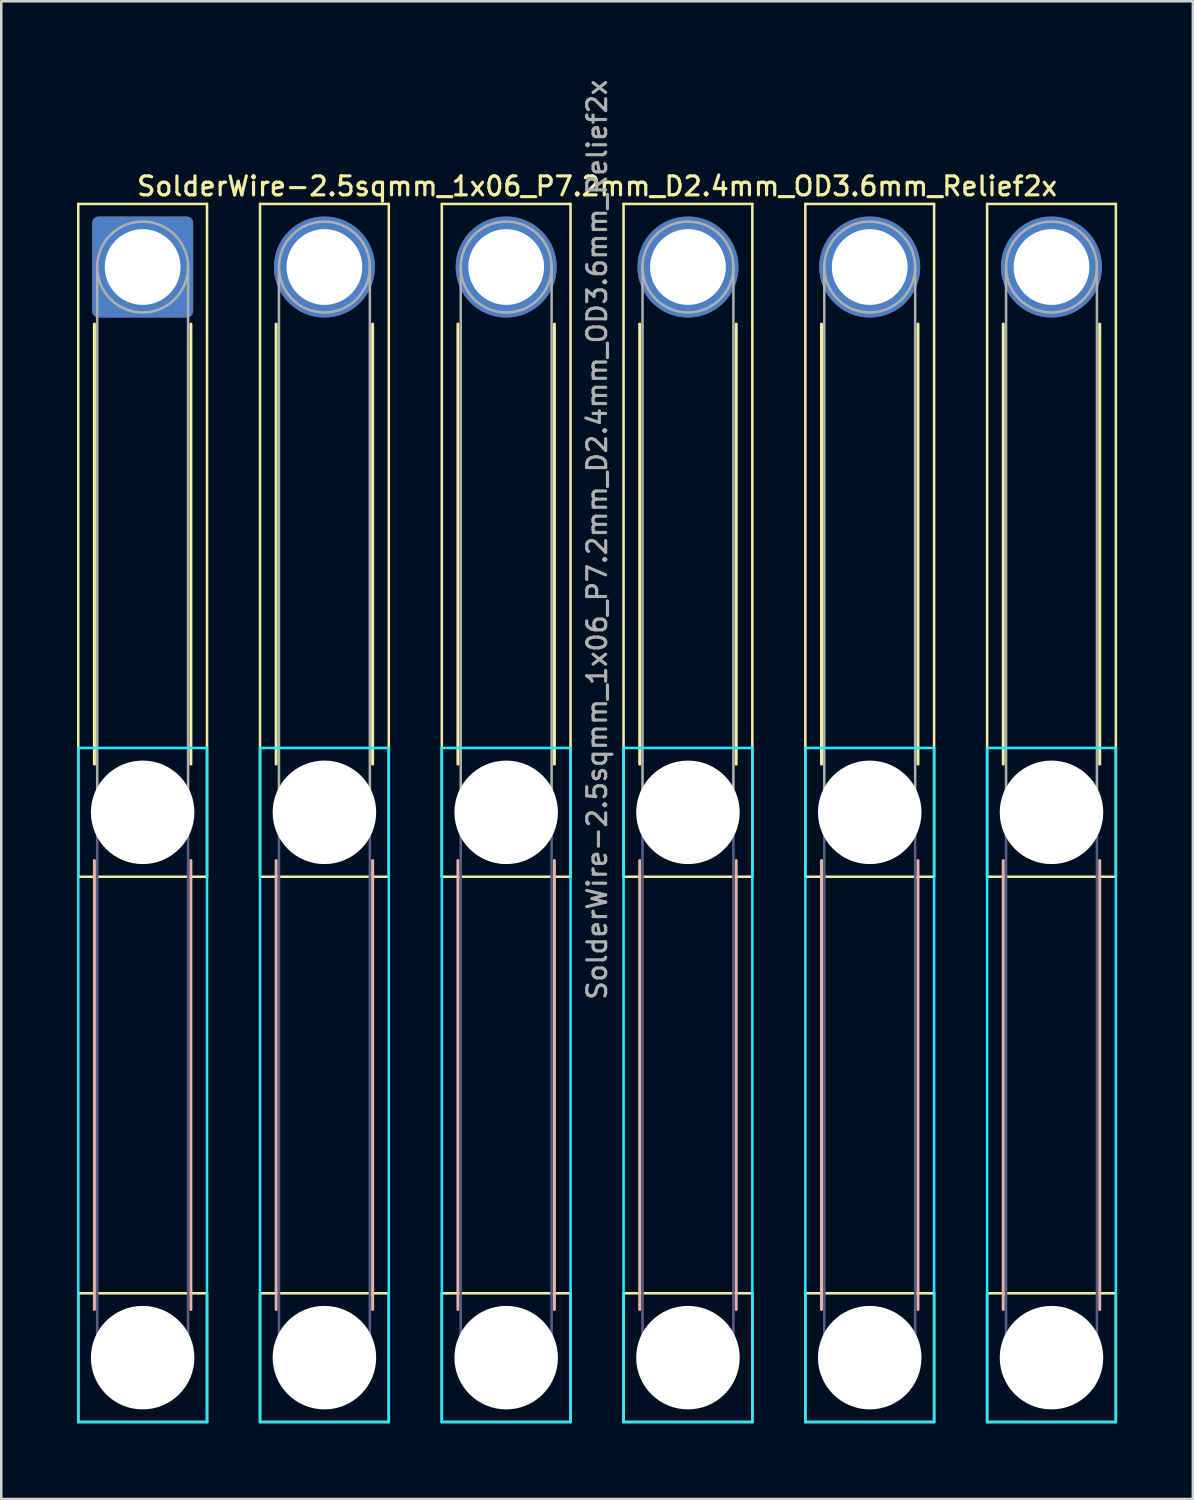
<source format=kicad_pcb>
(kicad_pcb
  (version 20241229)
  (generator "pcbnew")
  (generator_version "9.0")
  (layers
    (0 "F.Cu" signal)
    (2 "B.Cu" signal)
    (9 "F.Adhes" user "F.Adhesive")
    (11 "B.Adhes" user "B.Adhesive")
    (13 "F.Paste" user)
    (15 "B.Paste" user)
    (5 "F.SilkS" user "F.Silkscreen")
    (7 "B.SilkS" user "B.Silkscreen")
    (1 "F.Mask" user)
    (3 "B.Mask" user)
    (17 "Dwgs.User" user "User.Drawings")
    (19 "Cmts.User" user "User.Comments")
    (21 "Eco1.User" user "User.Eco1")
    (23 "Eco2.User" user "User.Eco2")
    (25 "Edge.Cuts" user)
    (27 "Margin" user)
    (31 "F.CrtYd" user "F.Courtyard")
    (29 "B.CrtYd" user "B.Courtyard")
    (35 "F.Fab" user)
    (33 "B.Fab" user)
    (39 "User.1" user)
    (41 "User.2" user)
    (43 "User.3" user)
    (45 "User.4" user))
  (footprint "SolderWire-2.5sqmm_1x06_P7.2mm_D2.4mm_OD3.6mm_Relief2x"
    (layer "F.Cu")
    (at 2.6 7.527)
    (property "Reference" "SolderWire-2.5sqmm_1x06_P7.2mm_D2.4mm_OD3.6mm_Relief2x" (at 18 -3.2 0) (layer "F.SilkS") (effects (font (size 0.75 0.75) (thickness 0.125))))
    (attr exclude_from_pos_files exclude_from_bom)
    (fp_line (start -2.55 -2.5) (end -2.55 24.15) (stroke (width 0.1) (type solid)) (layer "F.SilkS"))
    (fp_line (start -2.55 24.15) (end 2.55 24.15) (stroke (width 0.1) (type solid)) (layer "F.SilkS"))
    (fp_line (start -2.55 40.65) (end -2.55 45.75) (stroke (width 0.1) (type solid)) (layer "F.SilkS"))
    (fp_line (start -2.55 45.75) (end 2.55 45.75) (stroke (width 0.1) (type solid)) (layer "F.SilkS"))
    (fp_line (start -1.91 2.26) (end -1.91 19.69) (stroke (width 0.12) (type solid)) (layer "F.SilkS"))
    (fp_line (start 1.91 2.26) (end 1.91 19.69) (stroke (width 0.12) (type solid)) (layer "F.SilkS"))
    (fp_line (start 2.55 -2.5) (end -2.55 -2.5) (stroke (width 0.1) (type solid)) (layer "F.SilkS"))
    (fp_line (start 2.55 24.15) (end 2.55 -2.5) (stroke (width 0.1) (type solid)) (layer "F.SilkS"))
    (fp_line (start 2.55 40.65) (end -2.55 40.65) (stroke (width 0.1) (type solid)) (layer "F.SilkS"))
    (fp_line (start 2.55 45.75) (end 2.55 40.65) (stroke (width 0.1) (type solid)) (layer "F.SilkS"))
    (fp_line (start 4.65 -2.5) (end 4.65 24.15) (stroke (width 0.1) (type solid)) (layer "F.SilkS"))
    (fp_line (start 4.65 24.15) (end 9.75 24.15) (stroke (width 0.1) (type solid)) (layer "F.SilkS"))
    (fp_line (start 4.65 40.65) (end 4.65 45.75) (stroke (width 0.1) (type solid)) (layer "F.SilkS"))
    (fp_line (start 4.65 45.75) (end 9.75 45.75) (stroke (width 0.1) (type solid)) (layer "F.SilkS"))
    (fp_line (start 5.29 2.26) (end 5.29 19.69) (stroke (width 0.12) (type solid)) (layer "F.SilkS"))
    (fp_line (start 9.11 2.26) (end 9.11 19.69) (stroke (width 0.12) (type solid)) (layer "F.SilkS"))
    (fp_line (start 9.75 -2.5) (end 4.65 -2.5) (stroke (width 0.1) (type solid)) (layer "F.SilkS"))
    (fp_line (start 9.75 24.15) (end 9.75 -2.5) (stroke (width 0.1) (type solid)) (layer "F.SilkS"))
    (fp_line (start 9.75 40.65) (end 4.65 40.65) (stroke (width 0.1) (type solid)) (layer "F.SilkS"))
    (fp_line (start 9.75 45.75) (end 9.75 40.65) (stroke (width 0.1) (type solid)) (layer "F.SilkS"))
    (fp_line (start 11.85 -2.5) (end 11.85 24.15) (stroke (width 0.1) (type solid)) (layer "F.SilkS"))
    (fp_line (start 11.85 24.15) (end 16.95 24.15) (stroke (width 0.1) (type solid)) (layer "F.SilkS"))
    (fp_line (start 11.85 40.65) (end 11.85 45.75) (stroke (width 0.1) (type solid)) (layer "F.SilkS"))
    (fp_line (start 11.85 45.75) (end 16.95 45.75) (stroke (width 0.1) (type solid)) (layer "F.SilkS"))
    (fp_line (start 12.49 2.26) (end 12.49 19.69) (stroke (width 0.12) (type solid)) (layer "F.SilkS"))
    (fp_line (start 16.31 2.26) (end 16.31 19.69) (stroke (width 0.12) (type solid)) (layer "F.SilkS"))
    (fp_line (start 16.95 -2.5) (end 11.85 -2.5) (stroke (width 0.1) (type solid)) (layer "F.SilkS"))
    (fp_line (start 16.95 24.15) (end 16.95 -2.5) (stroke (width 0.1) (type solid)) (layer "F.SilkS"))
    (fp_line (start 16.95 40.65) (end 11.85 40.65) (stroke (width 0.1) (type solid)) (layer "F.SilkS"))
    (fp_line (start 16.95 45.75) (end 16.95 40.65) (stroke (width 0.1) (type solid)) (layer "F.SilkS"))
    (fp_line (start 19.05 -2.5) (end 19.05 24.15) (stroke (width 0.1) (type solid)) (layer "F.SilkS"))
    (fp_line (start 19.05 24.15) (end 24.15 24.15) (stroke (width 0.1) (type solid)) (layer "F.SilkS"))
    (fp_line (start 19.05 40.65) (end 19.05 45.75) (stroke (width 0.1) (type solid)) (layer "F.SilkS"))
    (fp_line (start 19.05 45.75) (end 24.15 45.75) (stroke (width 0.1) (type solid)) (layer "F.SilkS"))
    (fp_line (start 19.69 2.26) (end 19.69 19.69) (stroke (width 0.12) (type solid)) (layer "F.SilkS"))
    (fp_line (start 23.51 2.26) (end 23.51 19.69) (stroke (width 0.12) (type solid)) (layer "F.SilkS"))
    (fp_line (start 24.15 -2.5) (end 19.05 -2.5) (stroke (width 0.1) (type solid)) (layer "F.SilkS"))
    (fp_line (start 24.15 24.15) (end 24.15 -2.5) (stroke (width 0.1) (type solid)) (layer "F.SilkS"))
    (fp_line (start 24.15 40.65) (end 19.05 40.65) (stroke (width 0.1) (type solid)) (layer "F.SilkS"))
    (fp_line (start 24.15 45.75) (end 24.15 40.65) (stroke (width 0.1) (type solid)) (layer "F.SilkS"))
    (fp_line (start 26.25 -2.5) (end 26.25 24.15) (stroke (width 0.1) (type solid)) (layer "F.SilkS"))
    (fp_line (start 26.25 24.15) (end 31.35 24.15) (stroke (width 0.1) (type solid)) (layer "F.SilkS"))
    (fp_line (start 26.25 40.65) (end 26.25 45.75) (stroke (width 0.1) (type solid)) (layer "F.SilkS"))
    (fp_line (start 26.25 45.75) (end 31.35 45.75) (stroke (width 0.1) (type solid)) (layer "F.SilkS"))
    (fp_line (start 26.89 2.26) (end 26.89 19.69) (stroke (width 0.12) (type solid)) (layer "F.SilkS"))
    (fp_line (start 30.71 2.26) (end 30.71 19.69) (stroke (width 0.12) (type solid)) (layer "F.SilkS"))
    (fp_line (start 31.35 -2.5) (end 26.25 -2.5) (stroke (width 0.1) (type solid)) (layer "F.SilkS"))
    (fp_line (start 31.35 24.15) (end 31.35 -2.5) (stroke (width 0.1) (type solid)) (layer "F.SilkS"))
    (fp_line (start 31.35 40.65) (end 26.25 40.65) (stroke (width 0.1) (type solid)) (layer "F.SilkS"))
    (fp_line (start 31.35 45.75) (end 31.35 40.65) (stroke (width 0.1) (type solid)) (layer "F.SilkS"))
    (fp_line (start 33.45 -2.5) (end 33.45 24.15) (stroke (width 0.1) (type solid)) (layer "F.SilkS"))
    (fp_line (start 33.45 24.15) (end 38.55 24.15) (stroke (width 0.1) (type solid)) (layer "F.SilkS"))
    (fp_line (start 33.45 40.65) (end 33.45 45.75) (stroke (width 0.1) (type solid)) (layer "F.SilkS"))
    (fp_line (start 33.45 45.75) (end 38.55 45.75) (stroke (width 0.1) (type solid)) (layer "F.SilkS"))
    (fp_line (start 34.09 2.26) (end 34.09 19.69) (stroke (width 0.12) (type solid)) (layer "F.SilkS"))
    (fp_line (start 37.91 2.26) (end 37.91 19.69) (stroke (width 0.12) (type solid)) (layer "F.SilkS"))
    (fp_line (start 38.55 -2.5) (end 33.45 -2.5) (stroke (width 0.1) (type solid)) (layer "F.SilkS"))
    (fp_line (start 38.55 24.15) (end 38.55 -2.5) (stroke (width 0.1) (type solid)) (layer "F.SilkS"))
    (fp_line (start 38.55 40.65) (end 33.45 40.65) (stroke (width 0.1) (type solid)) (layer "F.SilkS"))
    (fp_line (start 38.55 45.75) (end 38.55 40.65) (stroke (width 0.1) (type solid)) (layer "F.SilkS"))
    (fp_line (start -1.91 23.51) (end -1.91 41.29) (stroke (width 0.12) (type solid)) (layer "B.SilkS"))
    (fp_line (start 1.91 23.51) (end 1.91 41.29) (stroke (width 0.12) (type solid)) (layer "B.SilkS"))
    (fp_line (start 5.29 23.51) (end 5.29 41.29) (stroke (width 0.12) (type solid)) (layer "B.SilkS"))
    (fp_line (start 9.11 23.51) (end 9.11 41.29) (stroke (width 0.12) (type solid)) (layer "B.SilkS"))
    (fp_line (start 12.49 23.51) (end 12.49 41.29) (stroke (width 0.12) (type solid)) (layer "B.SilkS"))
    (fp_line (start 16.31 23.51) (end 16.31 41.29) (stroke (width 0.12) (type solid)) (layer "B.SilkS"))
    (fp_line (start 19.69 23.51) (end 19.69 41.29) (stroke (width 0.12) (type solid)) (layer "B.SilkS"))
    (fp_line (start 23.51 23.51) (end 23.51 41.29) (stroke (width 0.12) (type solid)) (layer "B.SilkS"))
    (fp_line (start 26.89 23.51) (end 26.89 41.29) (stroke (width 0.12) (type solid)) (layer "B.SilkS"))
    (fp_line (start 30.71 23.51) (end 30.71 41.29) (stroke (width 0.12) (type solid)) (layer "B.SilkS"))
    (fp_line (start 34.09 23.51) (end 34.09 41.29) (stroke (width 0.12) (type solid)) (layer "B.SilkS"))
    (fp_line (start 37.91 23.51) (end 37.91 41.29) (stroke (width 0.12) (type solid)) (layer "B.SilkS"))
    (fp_line (start -2.55 19.05) (end -2.55 45.75) (stroke (width 0.1) (type solid)) (layer "B.CrtYd"))
    (fp_line (start -2.55 45.75) (end 2.55 45.75) (stroke (width 0.1) (type solid)) (layer "B.CrtYd"))
    (fp_line (start 2.55 19.05) (end -2.55 19.05) (stroke (width 0.1) (type solid)) (layer "B.CrtYd"))
    (fp_line (start 2.55 45.75) (end 2.55 19.05) (stroke (width 0.1) (type solid)) (layer "B.CrtYd"))
    (fp_line (start 4.65 19.05) (end 4.65 45.75) (stroke (width 0.1) (type solid)) (layer "B.CrtYd"))
    (fp_line (start 4.65 45.75) (end 9.75 45.75) (stroke (width 0.1) (type solid)) (layer "B.CrtYd"))
    (fp_line (start 9.75 19.05) (end 4.65 19.05) (stroke (width 0.1) (type solid)) (layer "B.CrtYd"))
    (fp_line (start 9.75 45.75) (end 9.75 19.05) (stroke (width 0.1) (type solid)) (layer "B.CrtYd"))
    (fp_line (start 11.85 19.05) (end 11.85 45.75) (stroke (width 0.1) (type solid)) (layer "B.CrtYd"))
    (fp_line (start 11.85 45.75) (end 16.95 45.75) (stroke (width 0.1) (type solid)) (layer "B.CrtYd"))
    (fp_line (start 16.95 19.05) (end 11.85 19.05) (stroke (width 0.1) (type solid)) (layer "B.CrtYd"))
    (fp_line (start 16.95 45.75) (end 16.95 19.05) (stroke (width 0.1) (type solid)) (layer "B.CrtYd"))
    (fp_line (start 19.05 19.05) (end 19.05 45.75) (stroke (width 0.1) (type solid)) (layer "B.CrtYd"))
    (fp_line (start 19.05 45.75) (end 24.15 45.75) (stroke (width 0.1) (type solid)) (layer "B.CrtYd"))
    (fp_line (start 24.15 19.05) (end 19.05 19.05) (stroke (width 0.1) (type solid)) (layer "B.CrtYd"))
    (fp_line (start 24.15 45.75) (end 24.15 19.05) (stroke (width 0.1) (type solid)) (layer "B.CrtYd"))
    (fp_line (start 26.25 19.05) (end 26.25 45.75) (stroke (width 0.1) (type solid)) (layer "B.CrtYd"))
    (fp_line (start 26.25 45.75) (end 31.35 45.75) (stroke (width 0.1) (type solid)) (layer "B.CrtYd"))
    (fp_line (start 31.35 19.05) (end 26.25 19.05) (stroke (width 0.1) (type solid)) (layer "B.CrtYd"))
    (fp_line (start 31.35 45.75) (end 31.35 19.05) (stroke (width 0.1) (type solid)) (layer "B.CrtYd"))
    (fp_line (start 33.45 19.05) (end 33.45 45.75) (stroke (width 0.1) (type solid)) (layer "B.CrtYd"))
    (fp_line (start 33.45 45.75) (end 38.55 45.75) (stroke (width 0.1) (type solid)) (layer "B.CrtYd"))
    (fp_line (start 38.55 19.05) (end 33.45 19.05) (stroke (width 0.1) (type solid)) (layer "B.CrtYd"))
    (fp_line (start 38.55 45.75) (end 38.55 19.05) (stroke (width 0.1) (type solid)) (layer "B.CrtYd"))
    (fp_line (start -1.8 21.6) (end -1.8 43.2) (stroke (width 0.1) (type solid)) (layer "B.Fab"))
    (fp_line (start 1.8 21.6) (end 1.8 43.2) (stroke (width 0.1) (type solid)) (layer "B.Fab"))
    (fp_line (start 5.4 21.6) (end 5.4 43.2) (stroke (width 0.1) (type solid)) (layer "B.Fab"))
    (fp_line (start 9 21.6) (end 9 43.2) (stroke (width 0.1) (type solid)) (layer "B.Fab"))
    (fp_line (start 12.6 21.6) (end 12.6 43.2) (stroke (width 0.1) (type solid)) (layer "B.Fab"))
    (fp_line (start 16.2 21.6) (end 16.2 43.2) (stroke (width 0.1) (type solid)) (layer "B.Fab"))
    (fp_line (start 19.8 21.6) (end 19.8 43.2) (stroke (width 0.1) (type solid)) (layer "B.Fab"))
    (fp_line (start 23.4 21.6) (end 23.4 43.2) (stroke (width 0.1) (type solid)) (layer "B.Fab"))
    (fp_line (start 27 21.6) (end 27 43.2) (stroke (width 0.1) (type solid)) (layer "B.Fab"))
    (fp_line (start 30.6 21.6) (end 30.6 43.2) (stroke (width 0.1) (type solid)) (layer "B.Fab"))
    (fp_line (start 34.2 21.6) (end 34.2 43.2) (stroke (width 0.1) (type solid)) (layer "B.Fab"))
    (fp_line (start 37.8 21.6) (end 37.8 43.2) (stroke (width 0.1) (type solid)) (layer "B.Fab"))
    (fp_circle (center 0 21.6) (end 1.8 21.6) (stroke (width 0.1) (type solid)) (fill no) (layer "B.Fab"))
    (fp_circle (center 0 43.2) (end 1.8 43.2) (stroke (width 0.1) (type solid)) (fill no) (layer "B.Fab"))
    (fp_circle (center 7.2 21.6) (end 9 21.6) (stroke (width 0.1) (type solid)) (fill no) (layer "B.Fab"))
    (fp_circle (center 7.2 43.2) (end 9 43.2) (stroke (width 0.1) (type solid)) (fill no) (layer "B.Fab"))
    (fp_circle (center 14.4 21.6) (end 16.2 21.6) (stroke (width 0.1) (type solid)) (fill no) (layer "B.Fab"))
    (fp_circle (center 14.4 43.2) (end 16.2 43.2) (stroke (width 0.1) (type solid)) (fill no) (layer "B.Fab"))
    (fp_circle (center 21.6 21.6) (end 23.4 21.6) (stroke (width 0.1) (type solid)) (fill no) (layer "B.Fab"))
    (fp_circle (center 21.6 43.2) (end 23.4 43.2) (stroke (width 0.1) (type solid)) (fill no) (layer "B.Fab"))
    (fp_circle (center 28.8 21.6) (end 30.6 21.6) (stroke (width 0.1) (type solid)) (fill no) (layer "B.Fab"))
    (fp_circle (center 28.8 43.2) (end 30.6 43.2) (stroke (width 0.1) (type solid)) (fill no) (layer "B.Fab"))
    (fp_circle (center 36 21.6) (end 37.8 21.6) (stroke (width 0.1) (type solid)) (fill no) (layer "B.Fab"))
    (fp_circle (center 36 43.2) (end 37.8 43.2) (stroke (width 0.1) (type solid)) (fill no) (layer "B.Fab"))
    (fp_line (start -1.8 0) (end -1.8 21.6) (stroke (width 0.1) (type solid)) (layer "F.Fab"))
    (fp_line (start 1.8 0) (end 1.8 21.6) (stroke (width 0.1) (type solid)) (layer "F.Fab"))
    (fp_line (start 5.4 0) (end 5.4 21.6) (stroke (width 0.1) (type solid)) (layer "F.Fab"))
    (fp_line (start 9 0) (end 9 21.6) (stroke (width 0.1) (type solid)) (layer "F.Fab"))
    (fp_line (start 12.6 0) (end 12.6 21.6) (stroke (width 0.1) (type solid)) (layer "F.Fab"))
    (fp_line (start 16.2 0) (end 16.2 21.6) (stroke (width 0.1) (type solid)) (layer "F.Fab"))
    (fp_line (start 19.8 0) (end 19.8 21.6) (stroke (width 0.1) (type solid)) (layer "F.Fab"))
    (fp_line (start 23.4 0) (end 23.4 21.6) (stroke (width 0.1) (type solid)) (layer "F.Fab"))
    (fp_line (start 27 0) (end 27 21.6) (stroke (width 0.1) (type solid)) (layer "F.Fab"))
    (fp_line (start 30.6 0) (end 30.6 21.6) (stroke (width 0.1) (type solid)) (layer "F.Fab"))
    (fp_line (start 34.2 0) (end 34.2 21.6) (stroke (width 0.1) (type solid)) (layer "F.Fab"))
    (fp_line (start 37.8 0) (end 37.8 21.6) (stroke (width 0.1) (type solid)) (layer "F.Fab"))
    (fp_circle (center 0 0) (end 1.8 0) (stroke (width 0.1) (type solid)) (fill no) (layer "F.Fab"))
    (fp_circle (center 0 21.6) (end 1.8 21.6) (stroke (width 0.1) (type solid)) (fill no) (layer "F.Fab"))
    (fp_circle (center 0 43.2) (end 1.8 43.2) (stroke (width 0.1) (type solid)) (fill no) (layer "F.Fab"))
    (fp_circle (center 7.2 0) (end 9 0) (stroke (width 0.1) (type solid)) (fill no) (layer "F.Fab"))
    (fp_circle (center 7.2 21.6) (end 9 21.6) (stroke (width 0.1) (type solid)) (fill no) (layer "F.Fab"))
    (fp_circle (center 7.2 43.2) (end 9 43.2) (stroke (width 0.1) (type solid)) (fill no) (layer "F.Fab"))
    (fp_circle (center 14.4 0) (end 16.2 0) (stroke (width 0.1) (type solid)) (fill no) (layer "F.Fab"))
    (fp_circle (center 14.4 21.6) (end 16.2 21.6) (stroke (width 0.1) (type solid)) (fill no) (layer "F.Fab"))
    (fp_circle (center 14.4 43.2) (end 16.2 43.2) (stroke (width 0.1) (type solid)) (fill no) (layer "F.Fab"))
    (fp_circle (center 21.6 0) (end 23.4 0) (stroke (width 0.1) (type solid)) (fill no) (layer "F.Fab"))
    (fp_circle (center 21.6 21.6) (end 23.4 21.6) (stroke (width 0.1) (type solid)) (fill no) (layer "F.Fab"))
    (fp_circle (center 21.6 43.2) (end 23.4 43.2) (stroke (width 0.1) (type solid)) (fill no) (layer "F.Fab"))
    (fp_circle (center 28.8 0) (end 30.6 0) (stroke (width 0.1) (type solid)) (fill no) (layer "F.Fab"))
    (fp_circle (center 28.8 21.6) (end 30.6 21.6) (stroke (width 0.1) (type solid)) (fill no) (layer "F.Fab"))
    (fp_circle (center 28.8 43.2) (end 30.6 43.2) (stroke (width 0.1) (type solid)) (fill no) (layer "F.Fab"))
    (fp_circle (center 36 0) (end 37.8 0) (stroke (width 0.1) (type solid)) (fill no) (layer "F.Fab"))
    (fp_circle (center 36 21.6) (end 37.8 21.6) (stroke (width 0.1) (type solid)) (fill no) (layer "F.Fab"))
    (fp_circle (center 36 43.2) (end 37.8 43.2) (stroke (width 0.1) (type solid)) (fill no) (layer "F.Fab"))
    (fp_text user "${REFERENCE}" (at 18 10.8 90) (layer "F.Fab") (effects (font (size 0.75 0.75) (thickness 0.125))))
    (pad "" np_thru_hole circle (at 0 21.6) (size 4.1 4.1) (drill 4.1) (layers "*.Cu" "*.Mask"))
    (pad "" np_thru_hole circle (at 0 43.2) (size 4.1 4.1) (drill 4.1) (layers "*.Cu" "*.Mask"))
    (pad "" np_thru_hole circle (at 7.2 21.6) (size 4.1 4.1) (drill 4.1) (layers "*.Cu" "*.Mask"))
    (pad "" np_thru_hole circle (at 7.2 43.2) (size 4.1 4.1) (drill 4.1) (layers "*.Cu" "*.Mask"))
    (pad "" np_thru_hole circle (at 14.4 21.6) (size 4.1 4.1) (drill 4.1) (layers "*.Cu" "*.Mask"))
    (pad "" np_thru_hole circle (at 14.4 43.2) (size 4.1 4.1) (drill 4.1) (layers "*.Cu" "*.Mask"))
    (pad "" np_thru_hole circle (at 21.6 21.6) (size 4.1 4.1) (drill 4.1) (layers "*.Cu" "*.Mask"))
    (pad "" np_thru_hole circle (at 21.6 43.2) (size 4.1 4.1) (drill 4.1) (layers "*.Cu" "*.Mask"))
    (pad "" np_thru_hole circle (at 28.8 21.6) (size 4.1 4.1) (drill 4.1) (layers "*.Cu" "*.Mask"))
    (pad "" np_thru_hole circle (at 28.8 43.2) (size 4.1 4.1) (drill 4.1) (layers "*.Cu" "*.Mask"))
    (pad "" np_thru_hole circle (at 36 21.6) (size 4.1 4.1) (drill 4.1) (layers "*.Cu" "*.Mask"))
    (pad "" np_thru_hole circle (at 36 43.2) (size 4.1 4.1) (drill 4.1) (layers "*.Cu" "*.Mask"))
    (pad "1" thru_hole roundrect (at 0 0) (size 4 4) (drill 3) (layers "*.Cu" "*.Mask") (roundrect_rratio 0.062))
    (pad "2" thru_hole circle (at 7.2 0) (size 4 4) (drill 3) (layers "*.Cu" "*.Mask"))
    (pad "3" thru_hole circle (at 14.4 0) (size 4 4) (drill 3) (layers "*.Cu" "*.Mask"))
    (pad "4" thru_hole circle (at 21.6 0) (size 4 4) (drill 3) (layers "*.Cu" "*.Mask"))
    (pad "5" thru_hole circle (at 28.8 0) (size 4 4) (drill 3) (layers "*.Cu" "*.Mask"))
    (pad "6" thru_hole circle (at 36 0) (size 4 4) (drill 3) (layers "*.Cu" "*.Mask")))
  (gr_rect
    (start -3 -3)
    (end 44.2 56.327)
    (stroke (width 0.1) (type default))
    (fill no)
    (layer "Edge.Cuts")))
</source>
